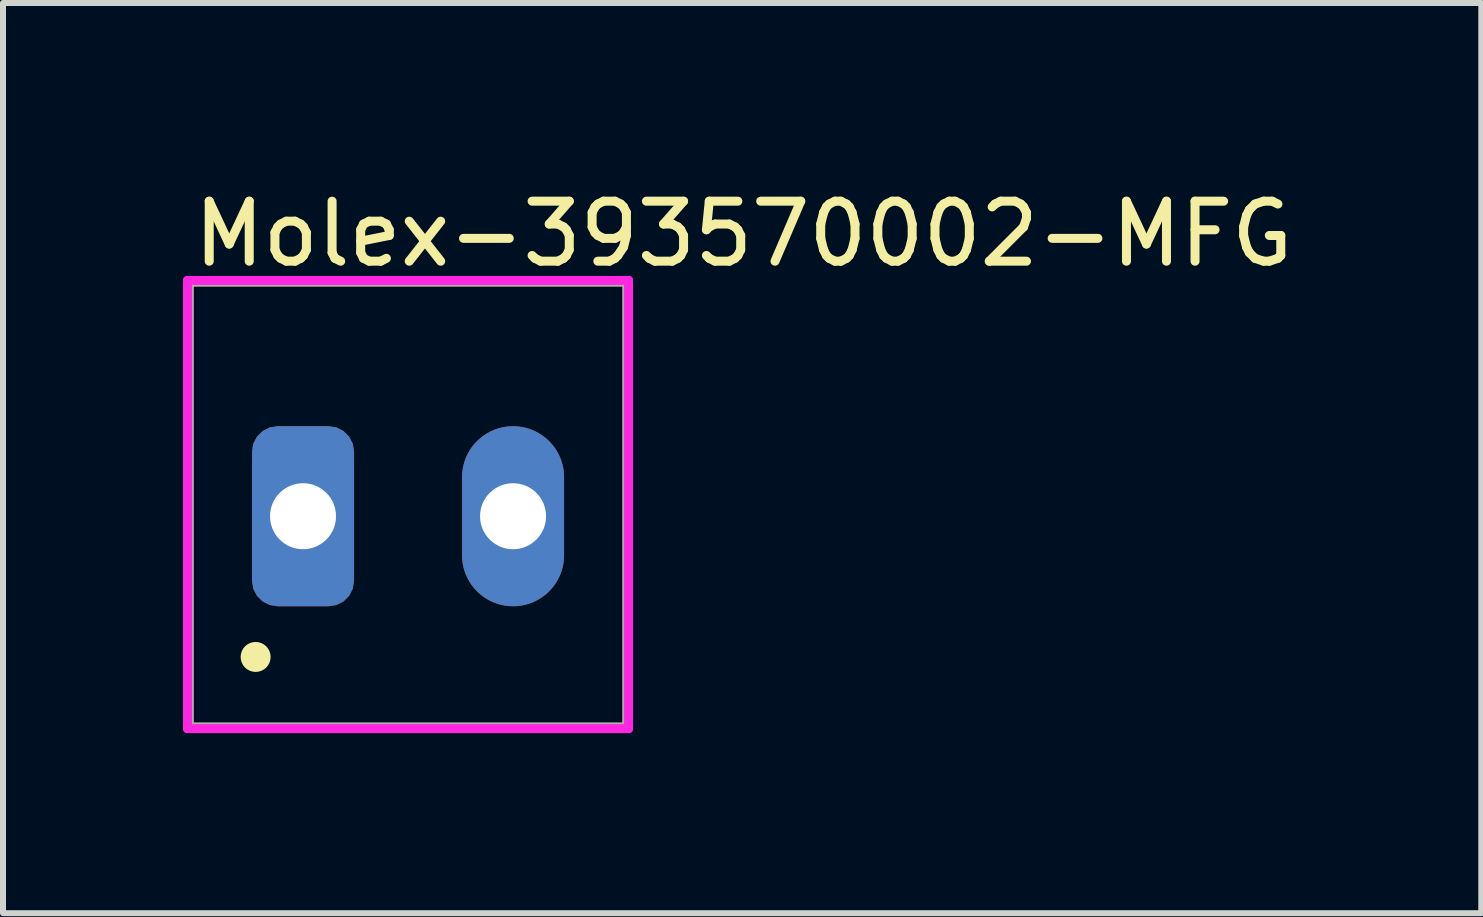
<source format=kicad_pcb>
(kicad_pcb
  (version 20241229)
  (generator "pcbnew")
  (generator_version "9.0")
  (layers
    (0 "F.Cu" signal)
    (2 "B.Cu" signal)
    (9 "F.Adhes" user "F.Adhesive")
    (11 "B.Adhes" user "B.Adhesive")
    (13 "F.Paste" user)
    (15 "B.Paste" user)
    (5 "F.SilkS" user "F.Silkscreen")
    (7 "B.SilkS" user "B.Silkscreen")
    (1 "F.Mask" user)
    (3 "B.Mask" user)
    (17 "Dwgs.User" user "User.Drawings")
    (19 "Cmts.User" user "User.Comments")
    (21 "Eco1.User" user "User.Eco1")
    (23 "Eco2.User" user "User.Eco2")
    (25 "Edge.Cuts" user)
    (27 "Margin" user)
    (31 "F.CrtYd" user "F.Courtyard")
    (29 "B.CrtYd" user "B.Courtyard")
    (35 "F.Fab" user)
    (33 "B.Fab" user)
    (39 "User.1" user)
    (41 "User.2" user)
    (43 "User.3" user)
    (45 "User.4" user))
  (footprint "Molex-393570002-MFG"
    (layer "F.Cu")
    (at 3.75 5.358)
    (property "Reference" "Molex-393570002-MFG" (at -3.65 -4.51 0) (layer "F.SilkS") (effects (font (size 1 1) (thickness 0.15)) (justify left)))
    (attr through_hole)
    (fp_line (start -3.65 -3.71) (end 3.65 -3.71) (stroke (width 0.15) (type solid)) (layer "F.SilkS"))
    (fp_line (start -3.65 3.71) (end -3.65 -3.71) (stroke (width 0.15) (type solid)) (layer "F.SilkS"))
    (fp_line (start -3.65 3.71) (end 3.65 3.71) (stroke (width 0.15) (type solid)) (layer "F.SilkS"))
    (fp_line (start 3.65 3.71) (end 3.65 -3.71) (stroke (width 0.15) (type solid)) (layer "F.SilkS"))
    (fp_circle (center -2.54 2.54) (end -2.415 2.54) (stroke (width 0.25) (type solid)) (fill no) (layer "F.SilkS"))
    (fp_line (start -3.675 -3.735) (end -3.675 3.735) (stroke (width 0.15) (type solid)) (layer "F.CrtYd"))
    (fp_line (start -3.675 3.735) (end 3.675 3.735) (stroke (width 0.15) (type solid)) (layer "F.CrtYd"))
    (fp_line (start 3.675 -3.735) (end -3.675 -3.735) (stroke (width 0.15) (type solid)) (layer "F.CrtYd"))
    (fp_line (start 3.675 -3.735) (end 3.675 -3.735) (stroke (width 0.15) (type solid)) (layer "F.CrtYd"))
    (fp_line (start 3.675 3.735) (end 3.675 -3.735) (stroke (width 0.15) (type solid)) (layer "F.CrtYd"))
    (fp_line (start -3.65 -3.71) (end 3.65 -3.71) (stroke (width 0.15) (type solid)) (layer "F.Fab"))
    (fp_line (start -3.65 3.71) (end -3.65 -3.71) (stroke (width 0.15) (type solid)) (layer "F.Fab"))
    (fp_line (start 3.65 -3.71) (end 3.65 3.71) (stroke (width 0.15) (type solid)) (layer "F.Fab"))
    (fp_line (start 3.65 3.71) (end -3.65 3.71) (stroke (width 0.15) (type solid)) (layer "F.Fab"))
    (pad "1" thru_hole roundrect (at -1.75 0.195) (size 1.7 3) (drill 1.1) (layers "*.Cu" "*.Mask") (roundrect_rratio 0.25))
    (pad "2" thru_hole oval (at 1.75 0.195) (size 1.7 3) (drill 1.1) (layers "*.Cu" "*.Mask")))
  (gr_rect
    (start -3 -3)
    (end 21.636 12.168)
    (stroke (width 0.1) (type default))
    (fill no)
    (layer "Edge.Cuts")))
</source>
